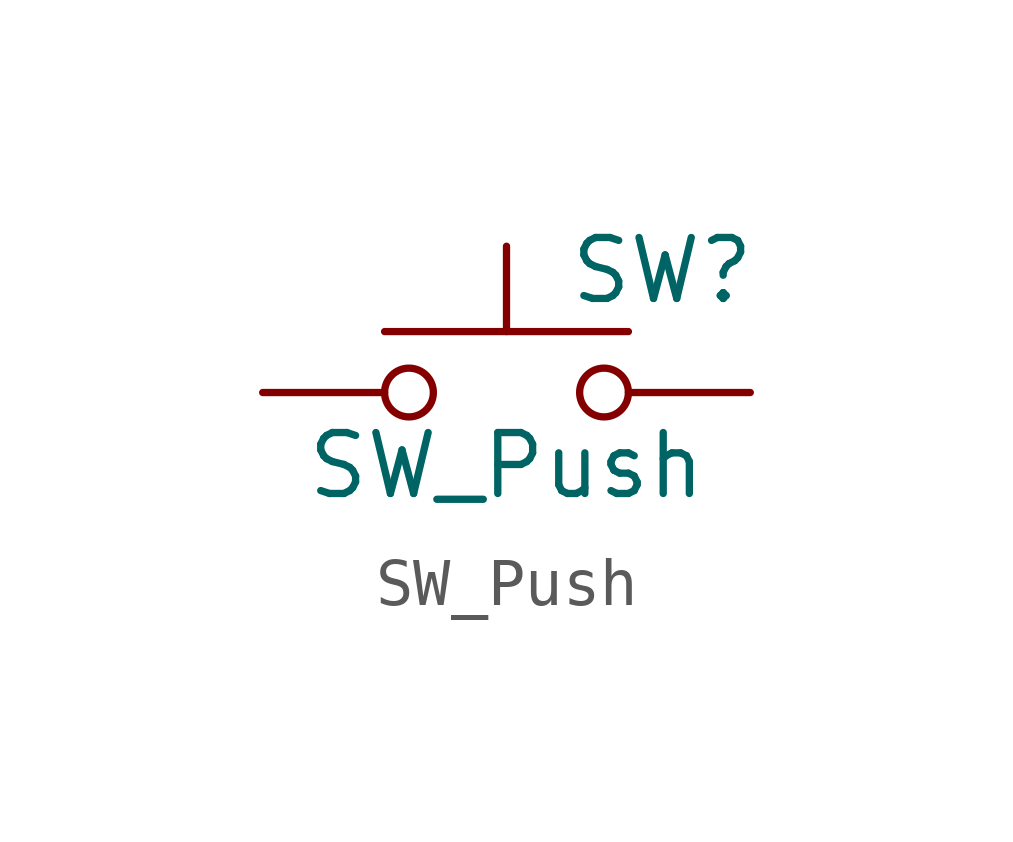
<source format=kicad_sym>
(kicad_symbol_lib
  (version 20241209)
  (generator "kicad_symbol_editor")
  (generator_version "9.0")
  (symbol "SW_Push"
    (pin_numbers
      (hide yes))
    (pin_names
      (offset 1.016)
      (hide yes))
    (property "Reference" "SW"
      (at 1.27 2.54 0)
      (effects (font (size 1.27 1.27)) (justify left)))
    (property "Value" "SW_Push"
      (at 0 -1.524 0)
      (effects (font (size 1.27 1.27))))
    (symbol "SW_Push_0_1"
      (circle (center -2.032 0) (radius 0.508) (stroke (width 0) (type solid)) (fill (type none)))
      (polyline (pts (xy 0 1.27) (xy 0 3.048)) (stroke (width 0) (type solid)) (fill (type none)))
      (circle (center 2.032 0) (radius 0.508) (stroke (width 0) (type solid)) (fill (type none)))
      (polyline (pts (xy 2.54 1.27) (xy -2.54 1.27)) (stroke (width 0) (type solid)) (fill (type none)))
      (pin passive line (at -5.08 0 0) (length 2.54) (name "1" (effects (font (size 1.27 1.27)))) (number "1" (effects (font (size 1.27 1.27)))))
      (pin passive line (at 5.08 0 180) (length 2.54) (name "2" (effects (font (size 1.27 1.27)))) (number "2" (effects (font (size 1.27 1.27))))))))
</source>
